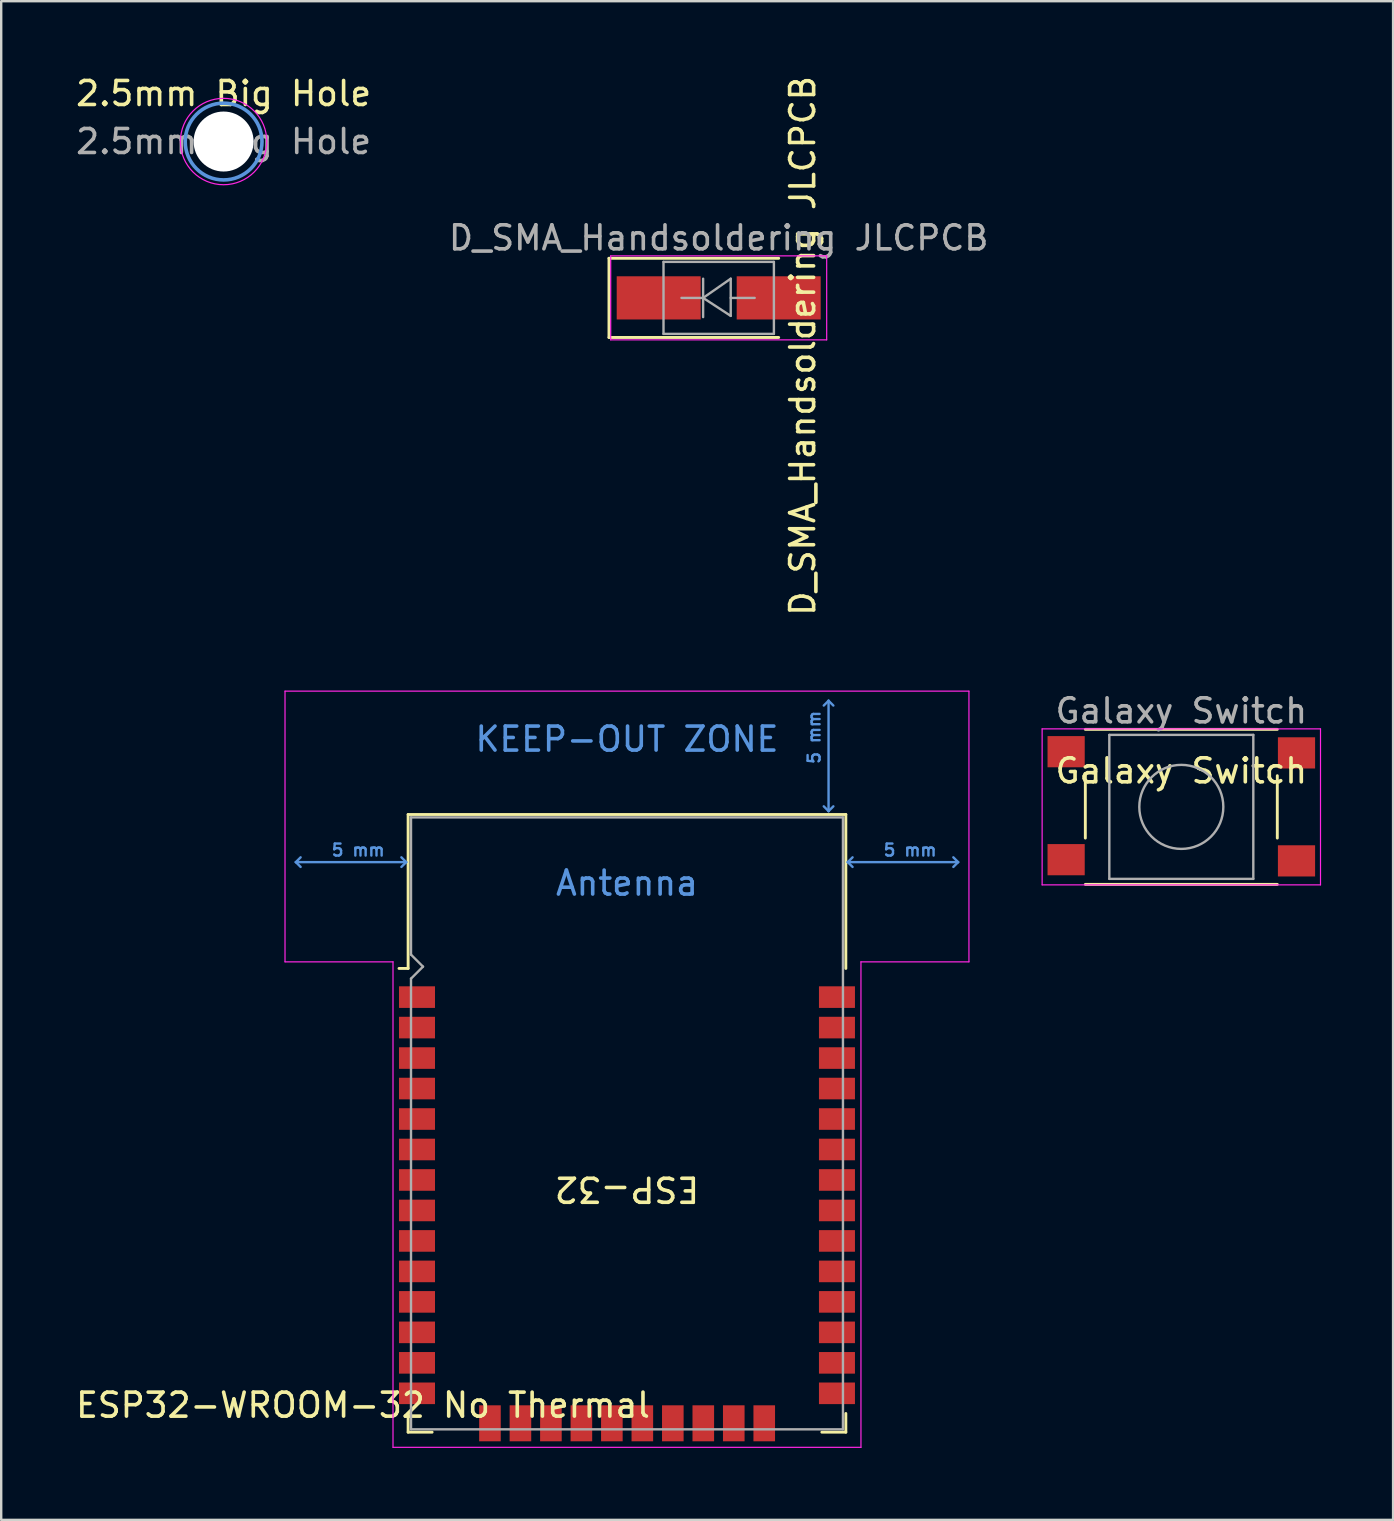
<source format=kicad_pcb>
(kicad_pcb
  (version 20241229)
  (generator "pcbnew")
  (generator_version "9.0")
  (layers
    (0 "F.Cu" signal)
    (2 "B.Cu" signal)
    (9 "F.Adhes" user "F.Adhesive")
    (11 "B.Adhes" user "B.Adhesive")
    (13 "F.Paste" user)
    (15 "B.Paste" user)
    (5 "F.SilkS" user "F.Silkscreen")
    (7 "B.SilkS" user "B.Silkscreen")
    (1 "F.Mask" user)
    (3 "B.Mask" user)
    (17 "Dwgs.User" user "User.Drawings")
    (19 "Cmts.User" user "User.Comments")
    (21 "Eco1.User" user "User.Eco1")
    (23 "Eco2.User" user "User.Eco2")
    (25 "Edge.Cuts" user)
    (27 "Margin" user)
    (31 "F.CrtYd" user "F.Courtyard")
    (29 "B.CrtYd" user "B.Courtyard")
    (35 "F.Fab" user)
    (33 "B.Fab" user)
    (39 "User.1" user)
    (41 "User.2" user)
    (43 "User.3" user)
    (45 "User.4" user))
  (footprint "2.5mm Big Hole"
    (layer "F.Cu")
    (at 6.268 2.848)
    (property "Reference" "2.5mm Big Hole" (at 0 -2 0) (layer "F.SilkS") (effects (font (size 1 1) (thickness 0.15))))
    (attr exclude_from_pos_files)
    (fp_circle (center 0 0) (end 1.6 0) (stroke (width 0.15) (type solid)) (fill no) (layer "Cmts.User"))
    (fp_circle (center 0 0) (end 1.8 0) (stroke (width 0.05) (type solid)) (fill no) (layer "F.CrtYd"))
    (fp_text user "${REFERENCE}" (at 0 0 0) (layer "F.Fab") (effects (font (size 1 1) (thickness 0.15))))
    (pad "" np_thru_hole circle (at 0 0) (size 2.5 2.5) (drill 2.5) (layers "*.Cu" "*.Mask")))
  (footprint "D_SMA_Handsoldering JLCPCB"
    (layer "F.Cu")
    (at 26.899 9.363)
    (property "Reference" "D_SMA_Handsoldering JLCPCB" (at 3.5 2 90) (layer "F.SilkS") (effects (font (size 1 1) (thickness 0.15))))
    (attr smd)
    (fp_line (start -4.572 -1.65) (end -4.572 1.65) (stroke (width 0.12) (type solid)) (layer "F.SilkS"))
    (fp_line (start -4.572 -1.65) (end 2.5 -1.65) (stroke (width 0.12) (type solid)) (layer "F.SilkS"))
    (fp_line (start -4.572 1.65) (end 2.5 1.65) (stroke (width 0.12) (type solid)) (layer "F.SilkS"))
    (fp_line (start -4.5 -1.75) (end 4.5 -1.75) (stroke (width 0.05) (type solid)) (layer "F.CrtYd"))
    (fp_line (start -4.5 1.75) (end -4.5 -1.75) (stroke (width 0.05) (type solid)) (layer "F.CrtYd"))
    (fp_line (start 4.5 -1.75) (end 4.5 1.75) (stroke (width 0.05) (type solid)) (layer "F.CrtYd"))
    (fp_line (start 4.5 1.75) (end -4.5 1.75) (stroke (width 0.05) (type solid)) (layer "F.CrtYd"))
    (fp_line (start -2.3 1.5) (end -2.3 -1.5) (stroke (width 0.1) (type solid)) (layer "F.Fab"))
    (fp_line (start -0.649 -0.799) (end -0.649 0.801) (stroke (width 0.1) (type solid)) (layer "F.Fab"))
    (fp_line (start -0.649 0.001) (end -1.551 0.001) (stroke (width 0.1) (type solid)) (layer "F.Fab"))
    (fp_line (start -0.649 0.001) (end 0.501 -0.799) (stroke (width 0.1) (type solid)) (layer "F.Fab"))
    (fp_line (start -0.649 0.001) (end 0.501 0.75) (stroke (width 0.1) (type solid)) (layer "F.Fab"))
    (fp_line (start 0.501 0.001) (end 1.499 0.001) (stroke (width 0.1) (type solid)) (layer "F.Fab"))
    (fp_line (start 0.501 0.75) (end 0.501 -0.799) (stroke (width 0.1) (type solid)) (layer "F.Fab"))
    (fp_line (start 2.3 -1.5) (end -2.3 -1.5) (stroke (width 0.1) (type solid)) (layer "F.Fab"))
    (fp_line (start 2.3 -1.5) (end 2.3 1.5) (stroke (width 0.1) (type solid)) (layer "F.Fab"))
    (fp_line (start 2.3 1.5) (end -2.3 1.5) (stroke (width 0.1) (type solid)) (layer "F.Fab"))
    (fp_text user "${REFERENCE}" (at 0 -2.5 180) (layer "F.Fab") (effects (font (size 1 1) (thickness 0.15))))
    (pad "1" smd rect (at -2.5 0) (size 3.5 1.8) (layers "F.Cu" "F.Mask" "F.Paste"))
    (pad "2" smd rect (at 2.5 0) (size 3.5 1.8) (layers "F.Cu" "F.Mask" "F.Paste")))
  (footprint "ESP32-WROOM-32 No Thermal"
    (layer "F.Cu")
    (at 23.077 46.751)
    (property "Reference" "ESP32-WROOM-32 No Thermal" (at -11 8.755 180) (layer "F.SilkS") (effects (font (size 1 1) (thickness 0.15))))
    (attr smd)
    (fp_line (start -9.12 -15.86) (end -9.12 -9.445) (stroke (width 0.12) (type solid)) (layer "F.SilkS"))
    (fp_line (start -9.12 -15.86) (end 9.12 -15.86) (stroke (width 0.12) (type solid)) (layer "F.SilkS"))
    (fp_line (start -9.12 -9.445) (end -9.5 -9.445) (stroke (width 0.12) (type solid)) (layer "F.SilkS"))
    (fp_line (start -9.12 9.1) (end -9.12 9.88) (stroke (width 0.12) (type solid)) (layer "F.SilkS"))
    (fp_line (start -9.12 9.88) (end -8.12 9.88) (stroke (width 0.12) (type solid)) (layer "F.SilkS"))
    (fp_line (start 9.12 -15.86) (end 9.12 -9.445) (stroke (width 0.12) (type solid)) (layer "F.SilkS"))
    (fp_line (start 9.12 9.1) (end 9.12 9.88) (stroke (width 0.12) (type solid)) (layer "F.SilkS"))
    (fp_line (start 9.12 9.88) (end 8.12 9.88) (stroke (width 0.12) (type solid)) (layer "F.SilkS"))
    (fp_line (start -13.8 -13.875) (end -13.6 -14.075) (stroke (width 0.1) (type solid)) (layer "Cmts.User"))
    (fp_line (start -13.8 -13.875) (end -13.6 -13.675) (stroke (width 0.1) (type solid)) (layer "Cmts.User"))
    (fp_line (start -13.8 -13.875) (end -9.2 -13.875) (stroke (width 0.1) (type solid)) (layer "Cmts.User"))
    (fp_line (start -9.2 -13.875) (end -9.4 -14.075) (stroke (width 0.1) (type solid)) (layer "Cmts.User"))
    (fp_line (start -9.2 -13.875) (end -9.4 -13.675) (stroke (width 0.1) (type solid)) (layer "Cmts.User"))
    (fp_line (start 8.4 -20.6) (end 8.2 -20.4) (stroke (width 0.1) (type solid)) (layer "Cmts.User"))
    (fp_line (start 8.4 -20.6) (end 8.6 -20.4) (stroke (width 0.1) (type solid)) (layer "Cmts.User"))
    (fp_line (start 8.4 -16) (end 8.2 -16.2) (stroke (width 0.1) (type solid)) (layer "Cmts.User"))
    (fp_line (start 8.4 -16) (end 8.4 -20.6) (stroke (width 0.1) (type solid)) (layer "Cmts.User"))
    (fp_line (start 8.4 -16) (end 8.6 -16.2) (stroke (width 0.1) (type solid)) (layer "Cmts.User"))
    (fp_line (start 9.2 -13.875) (end 9.4 -14.075) (stroke (width 0.1) (type solid)) (layer "Cmts.User"))
    (fp_line (start 9.2 -13.875) (end 9.4 -13.675) (stroke (width 0.1) (type solid)) (layer "Cmts.User"))
    (fp_line (start 9.2 -13.875) (end 13.8 -13.875) (stroke (width 0.1) (type solid)) (layer "Cmts.User"))
    (fp_line (start 13.8 -13.875) (end 13.6 -14.075) (stroke (width 0.1) (type solid)) (layer "Cmts.User"))
    (fp_line (start 13.8 -13.875) (end 13.6 -13.675) (stroke (width 0.1) (type solid)) (layer "Cmts.User"))
    (fp_line (start -14.25 -21) (end -14.25 -9.72) (stroke (width 0.05) (type solid)) (layer "F.CrtYd"))
    (fp_line (start -14.25 -21) (end 14.25 -21) (stroke (width 0.05) (type solid)) (layer "F.CrtYd"))
    (fp_line (start -14.25 -9.72) (end -9.75 -9.72) (stroke (width 0.05) (type solid)) (layer "F.CrtYd"))
    (fp_line (start -9.75 10.51) (end -9.75 -9.72) (stroke (width 0.05) (type solid)) (layer "F.CrtYd"))
    (fp_line (start -9.75 10.51) (end 9.75 10.51) (stroke (width 0.05) (type solid)) (layer "F.CrtYd"))
    (fp_line (start 9.75 -9.72) (end 9.75 10.51) (stroke (width 0.05) (type solid)) (layer "F.CrtYd"))
    (fp_line (start 9.75 -9.72) (end 14.25 -9.72) (stroke (width 0.05) (type solid)) (layer "F.CrtYd"))
    (fp_line (start 14.25 -21) (end 14.25 -9.72) (stroke (width 0.05) (type solid)) (layer "F.CrtYd"))
    (fp_line (start -9 -15.74) (end -9 -10.02) (stroke (width 0.1) (type solid)) (layer "F.Fab"))
    (fp_line (start -9 -15.74) (end 9 -15.74) (stroke (width 0.1) (type solid)) (layer "F.Fab"))
    (fp_line (start -9 -9.02) (end -9 9.76) (stroke (width 0.1) (type solid)) (layer "F.Fab"))
    (fp_line (start -9 -9.02) (end -8.5 -9.52) (stroke (width 0.1) (type solid)) (layer "F.Fab"))
    (fp_line (start -9 9.76) (end 9 9.76) (stroke (width 0.1) (type solid)) (layer "F.Fab"))
    (fp_line (start -8.5 -9.52) (end -9 -10.02) (stroke (width 0.1) (type solid)) (layer "F.Fab"))
    (fp_line (start 9 9.76) (end 9 -15.74) (stroke (width 0.1) (type solid)) (layer "F.Fab"))
    (fp_text user "ESP-32" (at 0 -0.245 180) (unlocked yes) (layer "F.SilkS") (effects (font (size 1 1) (thickness 0.15))))
    (fp_text user "5 mm" (at -11.2 -14.375 180) (layer "Cmts.User") (effects (font (size 0.5 0.5) (thickness 0.1))))
    (fp_text user "KEEP-OUT ZONE" (at 0 -19 180) (layer "Cmts.User") (effects (font (size 1 1) (thickness 0.15))))
    (fp_text user "Antenna" (at 0 -13 180) (layer "Cmts.User") (effects (font (size 1 1) (thickness 0.15))))
    (fp_text user "5 mm" (at 7.8 -19.075 270) (layer "Cmts.User") (effects (font (size 0.5 0.5) (thickness 0.1))))
    (fp_text user "5 mm" (at 11.8 -14.375 180) (layer "Cmts.User") (effects (font (size 0.5 0.5) (thickness 0.1))))
    (pad "1" smd rect (at -8.75 -8.25) (size 1.5 0.9) (layers "F.Cu" "F.Mask" "F.Paste"))
    (pad "2" smd rect (at -8.75 -6.98) (size 1.5 0.9) (layers "F.Cu" "F.Mask" "F.Paste"))
    (pad "3" smd rect (at -8.75 -5.71) (size 1.5 0.9) (layers "F.Cu" "F.Mask" "F.Paste"))
    (pad "4" smd rect (at -8.75 -4.44) (size 1.5 0.9) (layers "F.Cu" "F.Mask" "F.Paste"))
    (pad "5" smd rect (at -8.75 -3.17) (size 1.5 0.9) (layers "F.Cu" "F.Mask" "F.Paste"))
    (pad "6" smd rect (at -8.75 -1.9) (size 1.5 0.9) (layers "F.Cu" "F.Mask" "F.Paste"))
    (pad "7" smd rect (at -8.75 -0.63) (size 1.5 0.9) (layers "F.Cu" "F.Mask" "F.Paste"))
    (pad "8" smd rect (at -8.75 0.64) (size 1.5 0.9) (layers "F.Cu" "F.Mask" "F.Paste"))
    (pad "9" smd rect (at -8.75 1.91) (size 1.5 0.9) (layers "F.Cu" "F.Mask" "F.Paste"))
    (pad "10" smd rect (at -8.75 3.18) (size 1.5 0.9) (layers "F.Cu" "F.Mask" "F.Paste"))
    (pad "11" smd rect (at -8.75 4.45) (size 1.5 0.9) (layers "F.Cu" "F.Mask" "F.Paste"))
    (pad "12" smd rect (at -8.75 5.72) (size 1.5 0.9) (layers "F.Cu" "F.Mask" "F.Paste"))
    (pad "13" smd rect (at -8.75 6.99) (size 1.5 0.9) (layers "F.Cu" "F.Mask" "F.Paste"))
    (pad "14" smd rect (at -8.75 8.26) (size 1.5 0.9) (layers "F.Cu" "F.Mask" "F.Paste"))
    (pad "15" smd rect (at -5.71 9.51 90) (size 1.5 0.9) (layers "F.Cu" "F.Mask" "F.Paste"))
    (pad "16" smd rect (at -4.44 9.51 90) (size 1.5 0.9) (layers "F.Cu" "F.Mask" "F.Paste"))
    (pad "17" smd rect (at -3.17 9.51 90) (size 1.5 0.9) (layers "F.Cu" "F.Mask" "F.Paste"))
    (pad "18" smd rect (at -1.9 9.51 90) (size 1.5 0.9) (layers "F.Cu" "F.Mask" "F.Paste"))
    (pad "19" smd rect (at -0.63 9.51 90) (size 1.5 0.9) (layers "F.Cu" "F.Mask" "F.Paste"))
    (pad "20" smd rect (at 0.64 9.51 90) (size 1.5 0.9) (layers "F.Cu" "F.Mask" "F.Paste"))
    (pad "21" smd rect (at 1.91 9.51 90) (size 1.5 0.9) (layers "F.Cu" "F.Mask" "F.Paste"))
    (pad "22" smd rect (at 3.18 9.51 90) (size 1.5 0.9) (layers "F.Cu" "F.Mask" "F.Paste"))
    (pad "23" smd rect (at 4.45 9.51 90) (size 1.5 0.9) (layers "F.Cu" "F.Mask" "F.Paste"))
    (pad "24" smd rect (at 5.72 9.51 90) (size 1.5 0.9) (layers "F.Cu" "F.Mask" "F.Paste"))
    (pad "25" smd rect (at 8.75 8.26) (size 1.5 0.9) (layers "F.Cu" "F.Mask" "F.Paste"))
    (pad "26" smd rect (at 8.75 6.99) (size 1.5 0.9) (layers "F.Cu" "F.Mask" "F.Paste"))
    (pad "27" smd rect (at 8.75 5.72) (size 1.5 0.9) (layers "F.Cu" "F.Mask" "F.Paste"))
    (pad "28" smd rect (at 8.75 4.45) (size 1.5 0.9) (layers "F.Cu" "F.Mask" "F.Paste"))
    (pad "29" smd rect (at 8.75 3.18) (size 1.5 0.9) (layers "F.Cu" "F.Mask" "F.Paste"))
    (pad "30" smd rect (at 8.75 1.91) (size 1.5 0.9) (layers "F.Cu" "F.Mask" "F.Paste"))
    (pad "31" smd rect (at 8.75 0.64) (size 1.5 0.9) (layers "F.Cu" "F.Mask" "F.Paste"))
    (pad "32" smd rect (at 8.75 -0.63) (size 1.5 0.9) (layers "F.Cu" "F.Mask" "F.Paste"))
    (pad "33" smd rect (at 8.75 -1.9) (size 1.5 0.9) (layers "F.Cu" "F.Mask" "F.Paste"))
    (pad "34" smd rect (at 8.75 -3.17) (size 1.5 0.9) (layers "F.Cu" "F.Mask" "F.Paste"))
    (pad "35" smd rect (at 8.75 -4.44) (size 1.5 0.9) (layers "F.Cu" "F.Mask" "F.Paste"))
    (pad "36" smd rect (at 8.75 -5.71) (size 1.5 0.9) (layers "F.Cu" "F.Mask" "F.Paste"))
    (pad "37" smd rect (at 8.75 -6.98) (size 1.5 0.9) (layers "F.Cu" "F.Mask" "F.Paste"))
    (pad "38" smd rect (at 8.75 -8.25) (size 1.5 0.9) (layers "F.Cu" "F.Mask" "F.Paste"))
    (zone (net_name "") (layers "F.Cu" "B.Cu") (hatch full 0.508) (connect_pads) (min_thickness 0.254) (filled_areas_thickness no) (keepout (tracks not_allowed) (vias not_allowed) (pads not_allowed) (copperpour not_allowed) (footprints not_allowed)) (placement (enabled no)) (fill) (polygon (pts (xy 9.077 36.781) (xy 37.077 36.781) (xy 37.077 26.001) (xy 9.077 26.001)))))
  (footprint "Galaxy Switch"
    (layer "F.Cu")
    (at 46.177 30.574)
    (property "Reference" "Galaxy Switch" (at 0 -1.5 180) (layer "F.SilkS") (effects (font (size 1 1) (thickness 0.15))))
    (attr smd)
    (fp_line (start -4 -3.23) (end 4 -3.23) (stroke (width 0.12) (type solid)) (layer "F.SilkS"))
    (fp_line (start -4 -1.3) (end -4 1.3) (stroke (width 0.12) (type solid)) (layer "F.SilkS"))
    (fp_line (start -4 3.23) (end 4 3.23) (stroke (width 0.12) (type solid)) (layer "F.SilkS"))
    (fp_line (start 4 -1.3) (end 4 1.3) (stroke (width 0.12) (type solid)) (layer "F.SilkS"))
    (fp_line (start -5.8 -3.25) (end -5.8 3.25) (stroke (width 0.05) (type solid)) (layer "F.CrtYd"))
    (fp_line (start -5.8 -3.25) (end 5.8 -3.25) (stroke (width 0.05) (type solid)) (layer "F.CrtYd"))
    (fp_line (start -5.8 3.25) (end 5.8 3.25) (stroke (width 0.05) (type solid)) (layer "F.CrtYd"))
    (fp_line (start 5.8 3.25) (end 5.8 -3.25) (stroke (width 0.05) (type solid)) (layer "F.CrtYd"))
    (fp_line (start -3 -3) (end -3 3) (stroke (width 0.1) (type solid)) (layer "F.Fab"))
    (fp_line (start -3 3) (end 3 3) (stroke (width 0.1) (type solid)) (layer "F.Fab"))
    (fp_line (start 3 -3) (end -3 -3) (stroke (width 0.1) (type solid)) (layer "F.Fab"))
    (fp_line (start 3 3) (end 3 -3) (stroke (width 0.1) (type solid)) (layer "F.Fab"))
    (fp_circle (center 0 0) (end 1.75 -0.05) (stroke (width 0.1) (type solid)) (fill no) (layer "F.Fab"))
    (fp_text user "${REFERENCE}" (at 0 -4 180) (layer "F.Fab") (effects (font (size 1 1) (thickness 0.15))))
    (pad "1" smd rect (at -4.8 -2.3) (size 1.55 1.3) (layers "F.Cu" "F.Mask" "F.Paste"))
    (pad "1" smd rect (at 4.8 -2.25) (size 1.55 1.3) (layers "F.Cu" "F.Mask" "F.Paste"))
    (pad "2" smd rect (at -4.8 2.2) (size 1.55 1.3) (layers "F.Cu" "F.Mask" "F.Paste"))
    (pad "2" smd rect (at 4.8 2.25) (size 1.55 1.3) (layers "F.Cu" "F.Mask" "F.Paste")))
  (gr_rect
    (start -3 -3)
    (end 55.002 60.286)
    (stroke (width 0.1) (type default))
    (fill no)
    (layer "Edge.Cuts")))
</source>
